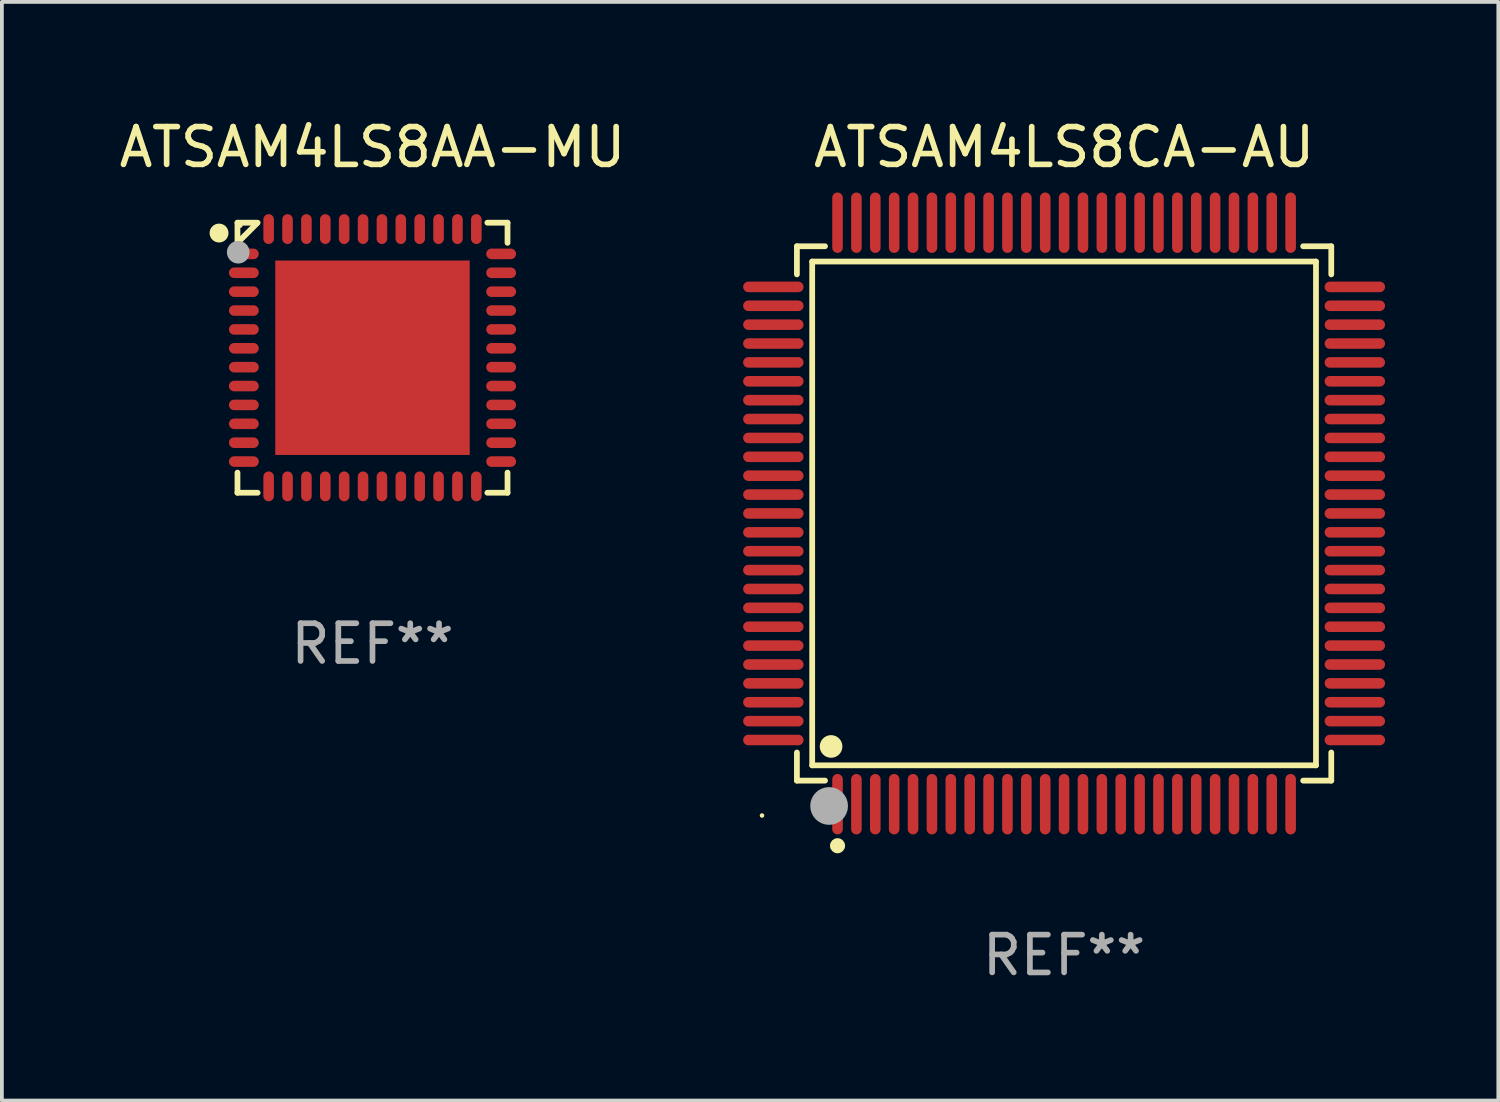
<source format=kicad_pcb>
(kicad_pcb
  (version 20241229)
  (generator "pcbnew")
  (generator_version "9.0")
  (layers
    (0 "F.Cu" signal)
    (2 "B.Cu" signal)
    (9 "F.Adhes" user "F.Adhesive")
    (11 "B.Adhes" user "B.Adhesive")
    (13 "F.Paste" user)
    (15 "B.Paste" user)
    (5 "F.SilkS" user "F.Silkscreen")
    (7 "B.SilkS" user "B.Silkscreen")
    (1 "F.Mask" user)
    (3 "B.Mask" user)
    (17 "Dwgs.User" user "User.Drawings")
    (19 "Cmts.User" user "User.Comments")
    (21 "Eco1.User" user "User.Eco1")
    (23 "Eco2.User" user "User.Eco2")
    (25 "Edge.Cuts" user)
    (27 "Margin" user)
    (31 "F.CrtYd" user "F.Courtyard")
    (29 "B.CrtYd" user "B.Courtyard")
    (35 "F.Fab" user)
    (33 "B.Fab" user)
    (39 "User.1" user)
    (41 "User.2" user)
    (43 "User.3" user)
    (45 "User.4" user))
  (footprint "ATSAM4LS8AA-MU"
    (layer "F.Cu")
    (at 6.815 6.424)
    (property "Reference" "ATSAM4LS8AA-MU" (at 0 -5.576 0) (layer "F.SilkS") (effects (font (size 1 1) (thickness 0.15))))
    (attr through_hole)
    (fp_line (start -3.576 -3.576) (end -3.042 -3.576) (stroke (width 0.152) (type solid)) (layer "F.SilkS"))
    (fp_line (start -3.576 -3.042) (end -3.576 -3.576) (stroke (width 0.152) (type solid)) (layer "F.SilkS"))
    (fp_line (start -3.576 3.042) (end -3.576 3.576) (stroke (width 0.152) (type solid)) (layer "F.SilkS"))
    (fp_line (start -3.576 3.576) (end -3.042 3.576) (stroke (width 0.152) (type solid)) (layer "F.SilkS"))
    (fp_line (start -3.069 -3.549) (end -3.549 -3.069) (stroke (width 0.152) (type solid)) (layer "F.SilkS"))
    (fp_line (start 3.576 -3.576) (end 3.042 -3.576) (stroke (width 0.152) (type solid)) (layer "F.SilkS"))
    (fp_line (start 3.576 -3.042) (end 3.576 -3.576) (stroke (width 0.152) (type solid)) (layer "F.SilkS"))
    (fp_line (start 3.576 3.042) (end 3.576 3.576) (stroke (width 0.152) (type solid)) (layer "F.SilkS"))
    (fp_line (start 3.576 3.576) (end 3.042 3.576) (stroke (width 0.152) (type solid)) (layer "F.SilkS"))
    (fp_circle (center -4.064 -3.302) (end -3.939 -3.302) (stroke (width 0.25) (type solid)) (fill no) (layer "F.SilkS"))
    (fp_circle (center -3.5 -3.5) (end -3.47 -3.5) (stroke (width 0.06) (type solid)) (fill no) (layer "F.SilkS"))
    (fp_circle (center -3.556 -2.794) (end -3.406 -2.794) (stroke (width 0.3) (type solid)) (fill no) (layer "F.Fab"))
    (fp_text user "REF**" (at 0 7.576 0) (layer "F.Fab") (effects (font (size 1 1) (thickness 0.15))))
    (pad "1" smd oval (at -3.407 -2.75) (size 0.79 0.28) (layers "F.Cu" "F.Mask" "F.Paste"))
    (pad "2" smd oval (at -3.407 -2.25) (size 0.79 0.28) (layers "F.Cu" "F.Mask" "F.Paste"))
    (pad "3" smd oval (at -3.407 -1.75) (size 0.79 0.28) (layers "F.Cu" "F.Mask" "F.Paste"))
    (pad "4" smd oval (at -3.407 -1.25) (size 0.79 0.28) (layers "F.Cu" "F.Mask" "F.Paste"))
    (pad "5" smd oval (at -3.407 -0.75) (size 0.79 0.28) (layers "F.Cu" "F.Mask" "F.Paste"))
    (pad "6" smd oval (at -3.407 -0.25) (size 0.79 0.28) (layers "F.Cu" "F.Mask" "F.Paste"))
    (pad "7" smd oval (at -3.407 0.25) (size 0.79 0.28) (layers "F.Cu" "F.Mask" "F.Paste"))
    (pad "8" smd oval (at -3.407 0.75) (size 0.79 0.28) (layers "F.Cu" "F.Mask" "F.Paste"))
    (pad "9" smd oval (at -3.407 1.25) (size 0.79 0.28) (layers "F.Cu" "F.Mask" "F.Paste"))
    (pad "10" smd oval (at -3.407 1.75) (size 0.79 0.28) (layers "F.Cu" "F.Mask" "F.Paste"))
    (pad "11" smd oval (at -3.407 2.25) (size 0.79 0.28) (layers "F.Cu" "F.Mask" "F.Paste"))
    (pad "12" smd oval (at -3.407 2.75) (size 0.79 0.28) (layers "F.Cu" "F.Mask" "F.Paste"))
    (pad "13" smd oval (at -2.75 3.407) (size 0.28 0.79) (layers "F.Cu" "F.Mask" "F.Paste"))
    (pad "14" smd oval (at -2.25 3.407) (size 0.28 0.79) (layers "F.Cu" "F.Mask" "F.Paste"))
    (pad "15" smd oval (at -1.75 3.407) (size 0.28 0.79) (layers "F.Cu" "F.Mask" "F.Paste"))
    (pad "16" smd oval (at -1.25 3.407) (size 0.28 0.79) (layers "F.Cu" "F.Mask" "F.Paste"))
    (pad "17" smd oval (at -0.75 3.407) (size 0.28 0.79) (layers "F.Cu" "F.Mask" "F.Paste"))
    (pad "18" smd oval (at -0.25 3.407) (size 0.28 0.79) (layers "F.Cu" "F.Mask" "F.Paste"))
    (pad "19" smd oval (at 0.25 3.407) (size 0.28 0.79) (layers "F.Cu" "F.Mask" "F.Paste"))
    (pad "20" smd oval (at 0.75 3.407) (size 0.28 0.79) (layers "F.Cu" "F.Mask" "F.Paste"))
    (pad "21" smd oval (at 1.25 3.407) (size 0.28 0.79) (layers "F.Cu" "F.Mask" "F.Paste"))
    (pad "22" smd oval (at 1.75 3.407) (size 0.28 0.79) (layers "F.Cu" "F.Mask" "F.Paste"))
    (pad "23" smd oval (at 2.25 3.407) (size 0.28 0.79) (layers "F.Cu" "F.Mask" "F.Paste"))
    (pad "24" smd oval (at 2.75 3.407) (size 0.28 0.79) (layers "F.Cu" "F.Mask" "F.Paste"))
    (pad "25" smd oval (at 3.407 2.75) (size 0.79 0.28) (layers "F.Cu" "F.Mask" "F.Paste"))
    (pad "26" smd oval (at 3.407 2.25) (size 0.79 0.28) (layers "F.Cu" "F.Mask" "F.Paste"))
    (pad "27" smd oval (at 3.407 1.75) (size 0.79 0.28) (layers "F.Cu" "F.Mask" "F.Paste"))
    (pad "28" smd oval (at 3.407 1.25) (size 0.79 0.28) (layers "F.Cu" "F.Mask" "F.Paste"))
    (pad "29" smd oval (at 3.407 0.75) (size 0.79 0.28) (layers "F.Cu" "F.Mask" "F.Paste"))
    (pad "30" smd oval (at 3.407 0.25) (size 0.79 0.28) (layers "F.Cu" "F.Mask" "F.Paste"))
    (pad "31" smd oval (at 3.407 -0.25) (size 0.79 0.28) (layers "F.Cu" "F.Mask" "F.Paste"))
    (pad "32" smd oval (at 3.407 -0.75) (size 0.79 0.28) (layers "F.Cu" "F.Mask" "F.Paste"))
    (pad "33" smd oval (at 3.407 -1.25) (size 0.79 0.28) (layers "F.Cu" "F.Mask" "F.Paste"))
    (pad "34" smd oval (at 3.407 -1.75) (size 0.79 0.28) (layers "F.Cu" "F.Mask" "F.Paste"))
    (pad "35" smd oval (at 3.407 -2.25) (size 0.79 0.28) (layers "F.Cu" "F.Mask" "F.Paste"))
    (pad "36" smd oval (at 3.407 -2.75) (size 0.79 0.28) (layers "F.Cu" "F.Mask" "F.Paste"))
    (pad "37" smd oval (at 2.75 -3.407) (size 0.28 0.79) (layers "F.Cu" "F.Mask" "F.Paste"))
    (pad "38" smd oval (at 2.25 -3.407) (size 0.28 0.79) (layers "F.Cu" "F.Mask" "F.Paste"))
    (pad "39" smd oval (at 1.75 -3.407) (size 0.28 0.79) (layers "F.Cu" "F.Mask" "F.Paste"))
    (pad "40" smd oval (at 1.25 -3.407) (size 0.28 0.79) (layers "F.Cu" "F.Mask" "F.Paste"))
    (pad "41" smd oval (at 0.75 -3.407) (size 0.28 0.79) (layers "F.Cu" "F.Mask" "F.Paste"))
    (pad "42" smd oval (at 0.25 -3.407) (size 0.28 0.79) (layers "F.Cu" "F.Mask" "F.Paste"))
    (pad "43" smd oval (at -0.25 -3.407) (size 0.28 0.79) (layers "F.Cu" "F.Mask" "F.Paste"))
    (pad "44" smd oval (at -0.75 -3.407) (size 0.28 0.79) (layers "F.Cu" "F.Mask" "F.Paste"))
    (pad "45" smd oval (at -1.25 -3.407) (size 0.28 0.79) (layers "F.Cu" "F.Mask" "F.Paste"))
    (pad "46" smd oval (at -1.75 -3.407) (size 0.28 0.79) (layers "F.Cu" "F.Mask" "F.Paste"))
    (pad "47" smd oval (at -2.25 -3.407) (size 0.28 0.79) (layers "F.Cu" "F.Mask" "F.Paste"))
    (pad "48" smd oval (at -2.75 -3.407) (size 0.28 0.79) (layers "F.Cu" "F.Mask" "F.Paste"))
    (pad "49" smd rect (at 0 0) (size 5.15 5.15) (layers "F.Cu" "F.Mask" "F.Paste")))
  (footprint "ATSAM4LS8CA-AU"
    (layer "F.Cu")
    (at 25.131 10.548)
    (property "Reference" "ATSAM4LS8CA-AU" (at 0 -9.7 0) (layer "F.SilkS") (effects (font (size 1 1) (thickness 0.15))))
    (attr through_hole)
    (fp_line (start -7.076 -7.076) (end -6.331 -7.076) (stroke (width 0.152) (type solid)) (layer "F.SilkS"))
    (fp_line (start -7.076 -6.331) (end -7.076 -7.076) (stroke (width 0.152) (type solid)) (layer "F.SilkS"))
    (fp_line (start -7.076 6.331) (end -7.076 7.076) (stroke (width 0.152) (type solid)) (layer "F.SilkS"))
    (fp_line (start -7.076 7.076) (end -6.331 7.076) (stroke (width 0.152) (type solid)) (layer "F.SilkS"))
    (fp_line (start -6.671 -6.671) (end 6.671 -6.671) (stroke (width 0.152) (type solid)) (layer "F.SilkS"))
    (fp_line (start -6.671 6.671) (end -6.671 -6.671) (stroke (width 0.152) (type solid)) (layer "F.SilkS"))
    (fp_line (start 6.671 -6.671) (end 6.671 6.671) (stroke (width 0.152) (type solid)) (layer "F.SilkS"))
    (fp_line (start 6.671 6.671) (end -6.671 6.671) (stroke (width 0.152) (type solid)) (layer "F.SilkS"))
    (fp_line (start 7.076 -7.076) (end 6.331 -7.076) (stroke (width 0.152) (type solid)) (layer "F.SilkS"))
    (fp_line (start 7.076 -6.331) (end 7.076 -7.076) (stroke (width 0.152) (type solid)) (layer "F.SilkS"))
    (fp_line (start 7.076 6.331) (end 7.076 7.076) (stroke (width 0.152) (type solid)) (layer "F.SilkS"))
    (fp_line (start 7.076 7.076) (end 6.331 7.076) (stroke (width 0.152) (type solid)) (layer "F.SilkS"))
    (fp_circle (center -8 8) (end -7.97 8) (stroke (width 0.06) (type solid)) (fill no) (layer "F.SilkS"))
    (fp_circle (center -6.171 6.171) (end -6.021 6.171) (stroke (width 0.3) (type solid)) (fill no) (layer "F.SilkS"))
    (fp_circle (center -6 8.8) (end -5.9 8.8) (stroke (width 0.2) (type solid)) (fill no) (layer "F.SilkS"))
    (fp_circle (center -6.223 7.747) (end -5.973 7.747) (stroke (width 0.5) (type solid)) (fill no) (layer "F.Fab"))
    (fp_text user "REF**" (at 0 11.7 0) (layer "F.Fab") (effects (font (size 1 1) (thickness 0.15))))
    (pad "1" smd oval (at -6 7.7) (size 0.28 1.6) (layers "F.Cu" "F.Mask" "F.Paste"))
    (pad "2" smd oval (at -5.5 7.7) (size 0.28 1.6) (layers "F.Cu" "F.Mask" "F.Paste"))
    (pad "3" smd oval (at -5 7.7) (size 0.28 1.6) (layers "F.Cu" "F.Mask" "F.Paste"))
    (pad "4" smd oval (at -4.5 7.7) (size 0.28 1.6) (layers "F.Cu" "F.Mask" "F.Paste"))
    (pad "5" smd oval (at -4 7.7) (size 0.28 1.6) (layers "F.Cu" "F.Mask" "F.Paste"))
    (pad "6" smd oval (at -3.5 7.7) (size 0.28 1.6) (layers "F.Cu" "F.Mask" "F.Paste"))
    (pad "7" smd oval (at -3 7.7) (size 0.28 1.6) (layers "F.Cu" "F.Mask" "F.Paste"))
    (pad "8" smd oval (at -2.5 7.7) (size 0.28 1.6) (layers "F.Cu" "F.Mask" "F.Paste"))
    (pad "9" smd oval (at -2 7.7) (size 0.28 1.6) (layers "F.Cu" "F.Mask" "F.Paste"))
    (pad "10" smd oval (at -1.5 7.7) (size 0.28 1.6) (layers "F.Cu" "F.Mask" "F.Paste"))
    (pad "11" smd oval (at -1 7.7) (size 0.28 1.6) (layers "F.Cu" "F.Mask" "F.Paste"))
    (pad "12" smd oval (at -0.5 7.7) (size 0.28 1.6) (layers "F.Cu" "F.Mask" "F.Paste"))
    (pad "13" smd oval (at 0 7.7) (size 0.28 1.6) (layers "F.Cu" "F.Mask" "F.Paste"))
    (pad "14" smd oval (at 0.5 7.7) (size 0.28 1.6) (layers "F.Cu" "F.Mask" "F.Paste"))
    (pad "15" smd oval (at 1 7.7) (size 0.28 1.6) (layers "F.Cu" "F.Mask" "F.Paste"))
    (pad "16" smd oval (at 1.5 7.7) (size 0.28 1.6) (layers "F.Cu" "F.Mask" "F.Paste"))
    (pad "17" smd oval (at 2 7.7) (size 0.28 1.6) (layers "F.Cu" "F.Mask" "F.Paste"))
    (pad "18" smd oval (at 2.5 7.7) (size 0.28 1.6) (layers "F.Cu" "F.Mask" "F.Paste"))
    (pad "19" smd oval (at 3 7.7) (size 0.28 1.6) (layers "F.Cu" "F.Mask" "F.Paste"))
    (pad "20" smd oval (at 3.5 7.7) (size 0.28 1.6) (layers "F.Cu" "F.Mask" "F.Paste"))
    (pad "21" smd oval (at 4 7.7) (size 0.28 1.6) (layers "F.Cu" "F.Mask" "F.Paste"))
    (pad "22" smd oval (at 4.5 7.7) (size 0.28 1.6) (layers "F.Cu" "F.Mask" "F.Paste"))
    (pad "23" smd oval (at 5 7.7) (size 0.28 1.6) (layers "F.Cu" "F.Mask" "F.Paste"))
    (pad "24" smd oval (at 5.5 7.7) (size 0.28 1.6) (layers "F.Cu" "F.Mask" "F.Paste"))
    (pad "25" smd oval (at 6 7.7) (size 0.28 1.6) (layers "F.Cu" "F.Mask" "F.Paste"))
    (pad "26" smd oval (at 7.7 6) (size 1.6 0.28) (layers "F.Cu" "F.Mask" "F.Paste"))
    (pad "27" smd oval (at 7.7 5.5) (size 1.6 0.28) (layers "F.Cu" "F.Mask" "F.Paste"))
    (pad "28" smd oval (at 7.7 5) (size 1.6 0.28) (layers "F.Cu" "F.Mask" "F.Paste"))
    (pad "29" smd oval (at 7.7 4.5) (size 1.6 0.28) (layers "F.Cu" "F.Mask" "F.Paste"))
    (pad "30" smd oval (at 7.7 4) (size 1.6 0.28) (layers "F.Cu" "F.Mask" "F.Paste"))
    (pad "31" smd oval (at 7.7 3.5) (size 1.6 0.28) (layers "F.Cu" "F.Mask" "F.Paste"))
    (pad "32" smd oval (at 7.7 3) (size 1.6 0.28) (layers "F.Cu" "F.Mask" "F.Paste"))
    (pad "33" smd oval (at 7.7 2.5) (size 1.6 0.28) (layers "F.Cu" "F.Mask" "F.Paste"))
    (pad "34" smd oval (at 7.7 2) (size 1.6 0.28) (layers "F.Cu" "F.Mask" "F.Paste"))
    (pad "35" smd oval (at 7.7 1.5) (size 1.6 0.28) (layers "F.Cu" "F.Mask" "F.Paste"))
    (pad "36" smd oval (at 7.7 1) (size 1.6 0.28) (layers "F.Cu" "F.Mask" "F.Paste"))
    (pad "37" smd oval (at 7.7 0.5) (size 1.6 0.28) (layers "F.Cu" "F.Mask" "F.Paste"))
    (pad "38" smd oval (at 7.7 0) (size 1.6 0.28) (layers "F.Cu" "F.Mask" "F.Paste"))
    (pad "39" smd oval (at 7.7 -0.5) (size 1.6 0.28) (layers "F.Cu" "F.Mask" "F.Paste"))
    (pad "40" smd oval (at 7.7 -1) (size 1.6 0.28) (layers "F.Cu" "F.Mask" "F.Paste"))
    (pad "41" smd oval (at 7.7 -1.5) (size 1.6 0.28) (layers "F.Cu" "F.Mask" "F.Paste"))
    (pad "42" smd oval (at 7.7 -2) (size 1.6 0.28) (layers "F.Cu" "F.Mask" "F.Paste"))
    (pad "43" smd oval (at 7.7 -2.5) (size 1.6 0.28) (layers "F.Cu" "F.Mask" "F.Paste"))
    (pad "44" smd oval (at 7.7 -3) (size 1.6 0.28) (layers "F.Cu" "F.Mask" "F.Paste"))
    (pad "45" smd oval (at 7.7 -3.5) (size 1.6 0.28) (layers "F.Cu" "F.Mask" "F.Paste"))
    (pad "46" smd oval (at 7.7 -4) (size 1.6 0.28) (layers "F.Cu" "F.Mask" "F.Paste"))
    (pad "47" smd oval (at 7.7 -4.5) (size 1.6 0.28) (layers "F.Cu" "F.Mask" "F.Paste"))
    (pad "48" smd oval (at 7.7 -5) (size 1.6 0.28) (layers "F.Cu" "F.Mask" "F.Paste"))
    (pad "49" smd oval (at 7.7 -5.5) (size 1.6 0.28) (layers "F.Cu" "F.Mask" "F.Paste"))
    (pad "50" smd oval (at 7.7 -6) (size 1.6 0.28) (layers "F.Cu" "F.Mask" "F.Paste"))
    (pad "51" smd oval (at 6 -7.7) (size 0.28 1.6) (layers "F.Cu" "F.Mask" "F.Paste"))
    (pad "52" smd oval (at 5.5 -7.7) (size 0.28 1.6) (layers "F.Cu" "F.Mask" "F.Paste"))
    (pad "53" smd oval (at 5 -7.7) (size 0.28 1.6) (layers "F.Cu" "F.Mask" "F.Paste"))
    (pad "54" smd oval (at 4.5 -7.7) (size 0.28 1.6) (layers "F.Cu" "F.Mask" "F.Paste"))
    (pad "55" smd oval (at 4 -7.7) (size 0.28 1.6) (layers "F.Cu" "F.Mask" "F.Paste"))
    (pad "56" smd oval (at 3.5 -7.7) (size 0.28 1.6) (layers "F.Cu" "F.Mask" "F.Paste"))
    (pad "57" smd oval (at 3 -7.7) (size 0.28 1.6) (layers "F.Cu" "F.Mask" "F.Paste"))
    (pad "58" smd oval (at 2.5 -7.7) (size 0.28 1.6) (layers "F.Cu" "F.Mask" "F.Paste"))
    (pad "59" smd oval (at 2 -7.7) (size 0.28 1.6) (layers "F.Cu" "F.Mask" "F.Paste"))
    (pad "60" smd oval (at 1.5 -7.7) (size 0.28 1.6) (layers "F.Cu" "F.Mask" "F.Paste"))
    (pad "61" smd oval (at 1 -7.7) (size 0.28 1.6) (layers "F.Cu" "F.Mask" "F.Paste"))
    (pad "62" smd oval (at 0.5 -7.7) (size 0.28 1.6) (layers "F.Cu" "F.Mask" "F.Paste"))
    (pad "63" smd oval (at 0 -7.7) (size 0.28 1.6) (layers "F.Cu" "F.Mask" "F.Paste"))
    (pad "64" smd oval (at -0.5 -7.7) (size 0.28 1.6) (layers "F.Cu" "F.Mask" "F.Paste"))
    (pad "65" smd oval (at -1 -7.7) (size 0.28 1.6) (layers "F.Cu" "F.Mask" "F.Paste"))
    (pad "66" smd oval (at -1.5 -7.7) (size 0.28 1.6) (layers "F.Cu" "F.Mask" "F.Paste"))
    (pad "67" smd oval (at -2 -7.7) (size 0.28 1.6) (layers "F.Cu" "F.Mask" "F.Paste"))
    (pad "68" smd oval (at -2.5 -7.7) (size 0.28 1.6) (layers "F.Cu" "F.Mask" "F.Paste"))
    (pad "69" smd oval (at -3 -7.7) (size 0.28 1.6) (layers "F.Cu" "F.Mask" "F.Paste"))
    (pad "70" smd oval (at -3.5 -7.7) (size 0.28 1.6) (layers "F.Cu" "F.Mask" "F.Paste"))
    (pad "71" smd oval (at -4 -7.7) (size 0.28 1.6) (layers "F.Cu" "F.Mask" "F.Paste"))
    (pad "72" smd oval (at -4.5 -7.7) (size 0.28 1.6) (layers "F.Cu" "F.Mask" "F.Paste"))
    (pad "73" smd oval (at -5 -7.7) (size 0.28 1.6) (layers "F.Cu" "F.Mask" "F.Paste"))
    (pad "74" smd oval (at -5.5 -7.7) (size 0.28 1.6) (layers "F.Cu" "F.Mask" "F.Paste"))
    (pad "75" smd oval (at -6 -7.7) (size 0.28 1.6) (layers "F.Cu" "F.Mask" "F.Paste"))
    (pad "76" smd oval (at -7.7 -6) (size 1.6 0.28) (layers "F.Cu" "F.Mask" "F.Paste"))
    (pad "77" smd oval (at -7.7 -5.5) (size 1.6 0.28) (layers "F.Cu" "F.Mask" "F.Paste"))
    (pad "78" smd oval (at -7.7 -5) (size 1.6 0.28) (layers "F.Cu" "F.Mask" "F.Paste"))
    (pad "79" smd oval (at -7.7 -4.5) (size 1.6 0.28) (layers "F.Cu" "F.Mask" "F.Paste"))
    (pad "80" smd oval (at -7.7 -4) (size 1.6 0.28) (layers "F.Cu" "F.Mask" "F.Paste"))
    (pad "81" smd oval (at -7.7 -3.5) (size 1.6 0.28) (layers "F.Cu" "F.Mask" "F.Paste"))
    (pad "82" smd oval (at -7.7 -3) (size 1.6 0.28) (layers "F.Cu" "F.Mask" "F.Paste"))
    (pad "83" smd oval (at -7.7 -2.5) (size 1.6 0.28) (layers "F.Cu" "F.Mask" "F.Paste"))
    (pad "84" smd oval (at -7.7 -2) (size 1.6 0.28) (layers "F.Cu" "F.Mask" "F.Paste"))
    (pad "85" smd oval (at -7.7 -1.5) (size 1.6 0.28) (layers "F.Cu" "F.Mask" "F.Paste"))
    (pad "86" smd oval (at -7.7 -1) (size 1.6 0.28) (layers "F.Cu" "F.Mask" "F.Paste"))
    (pad "87" smd oval (at -7.7 -0.5) (size 1.6 0.28) (layers "F.Cu" "F.Mask" "F.Paste"))
    (pad "88" smd oval (at -7.7 0) (size 1.6 0.28) (layers "F.Cu" "F.Mask" "F.Paste"))
    (pad "89" smd oval (at -7.7 0.5) (size 1.6 0.28) (layers "F.Cu" "F.Mask" "F.Paste"))
    (pad "90" smd oval (at -7.7 1) (size 1.6 0.28) (layers "F.Cu" "F.Mask" "F.Paste"))
    (pad "91" smd oval (at -7.7 1.5) (size 1.6 0.28) (layers "F.Cu" "F.Mask" "F.Paste"))
    (pad "92" smd oval (at -7.7 2) (size 1.6 0.28) (layers "F.Cu" "F.Mask" "F.Paste"))
    (pad "93" smd oval (at -7.7 2.5) (size 1.6 0.28) (layers "F.Cu" "F.Mask" "F.Paste"))
    (pad "94" smd oval (at -7.7 3) (size 1.6 0.28) (layers "F.Cu" "F.Mask" "F.Paste"))
    (pad "95" smd oval (at -7.7 3.5) (size 1.6 0.28) (layers "F.Cu" "F.Mask" "F.Paste"))
    (pad "96" smd oval (at -7.7 4) (size 1.6 0.28) (layers "F.Cu" "F.Mask" "F.Paste"))
    (pad "97" smd oval (at -7.7 4.5) (size 1.6 0.28) (layers "F.Cu" "F.Mask" "F.Paste"))
    (pad "98" smd oval (at -7.7 5) (size 1.6 0.28) (layers "F.Cu" "F.Mask" "F.Paste"))
    (pad "99" smd oval (at -7.7 5.5) (size 1.6 0.28) (layers "F.Cu" "F.Mask" "F.Paste"))
    (pad "100" smd oval (at -7.7 6) (size 1.6 0.28) (layers "F.Cu" "F.Mask" "F.Paste")))
  (gr_rect
    (start -3 -3)
    (end 36.631 26.097)
    (stroke (width 0.1) (type default))
    (fill no)
    (layer "Edge.Cuts")))
</source>
